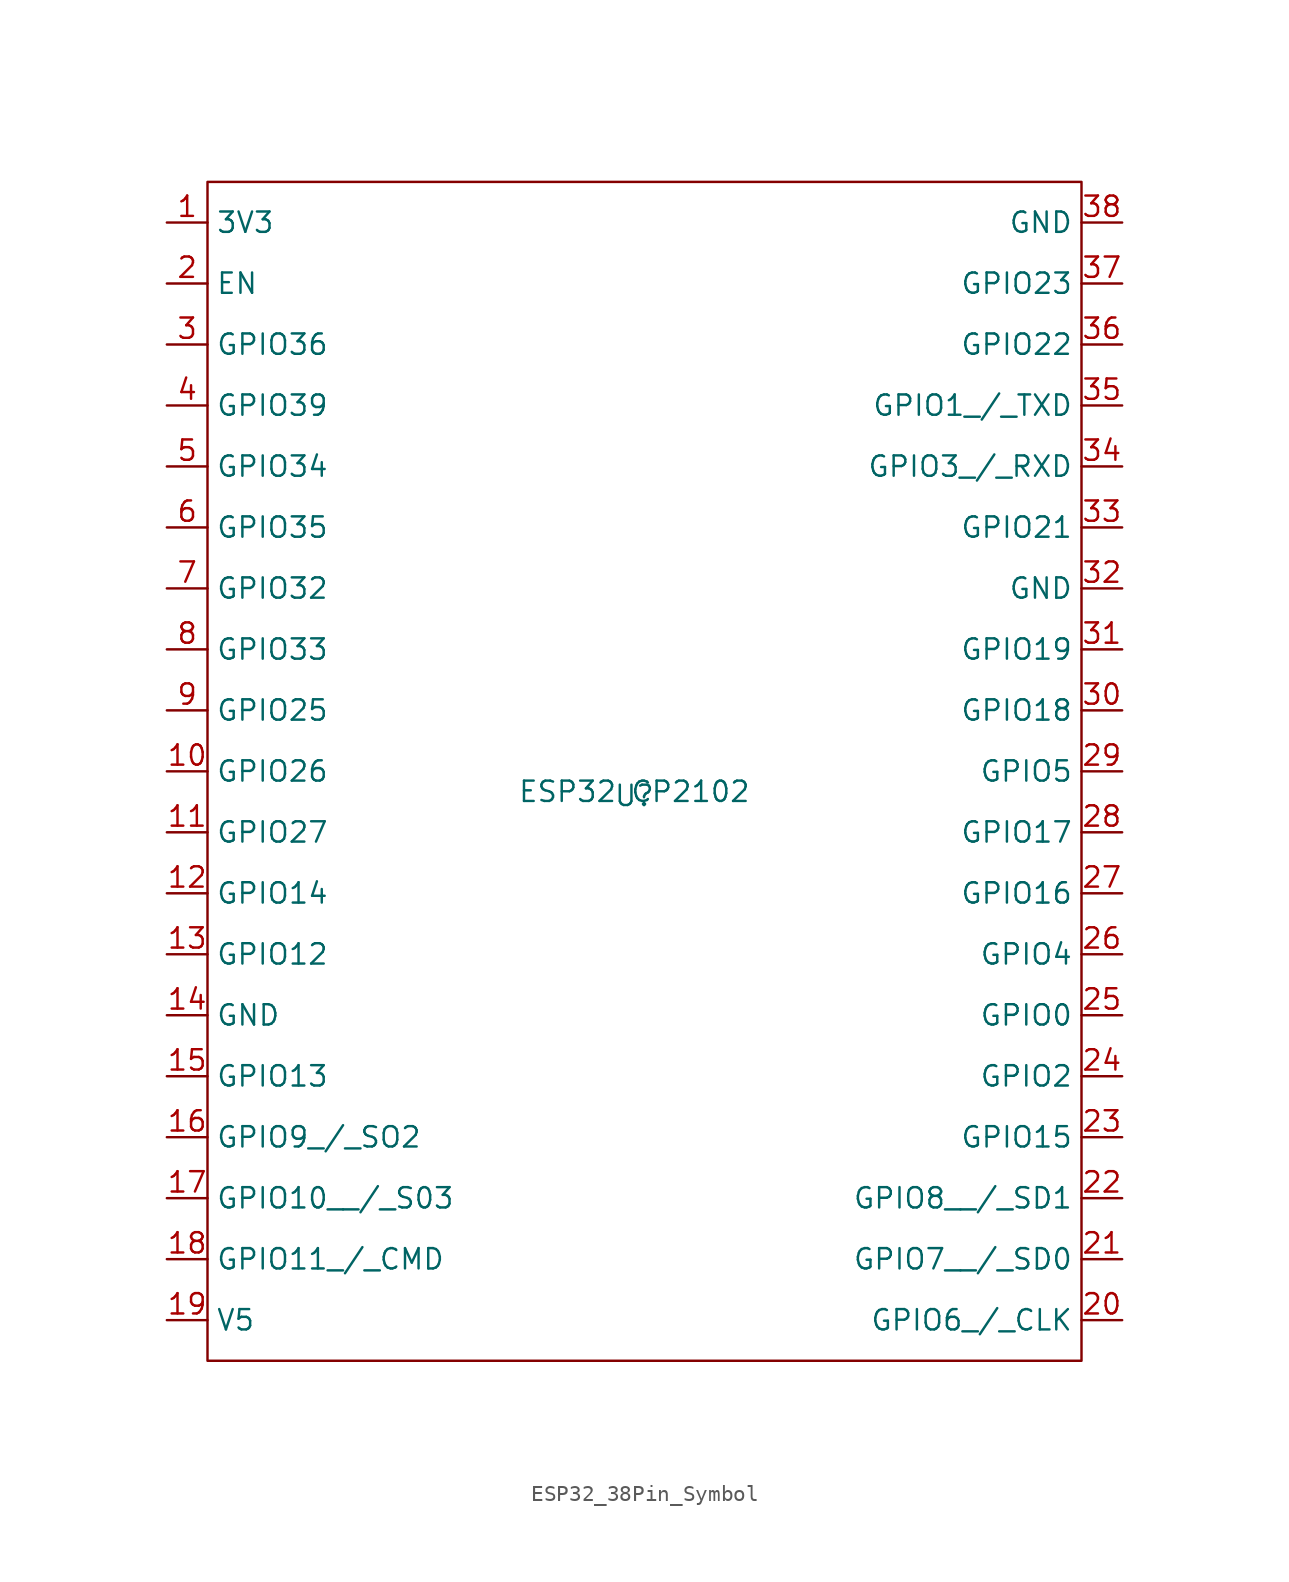
<source format=kicad_sym>
(kicad_symbol_lib
  (version 20241209)
  (generator "kicad_symbol_editor")
  (generator_version "9.0")
  (symbol "ESP32_38Pin_Symbol"
    (property "Reference" "U"
      (at 0 -0.254 0)
      (effects (font (size 1.27 1.27))))
    (property "Value" "ESP32 CP2102"
      (at 0 0 0)
      (effects (font (size 1.27 1.27))))
    (symbol "ESP32_38Pin_Symbol_0_1"
      (rectangle (start -26.67 38.1) (end 27.94 -35.56) (stroke (width 0) (type default)) (fill (type none))))
    (symbol "ESP32_38Pin_Symbol_1_1"
      (pin input line (at -29.21 35.56 0) (length 2.54) (name "3V3" (effects (font (size 1.27 1.27)))) (number "1" (effects (font (size 1.27 1.27)))))
      (pin input line (at -29.21 31.75 0) (length 2.54) (name "EN" (effects (font (size 1.27 1.27)))) (number "2" (effects (font (size 1.27 1.27)))))
      (pin input line (at -29.21 27.94 0) (length 2.54) (name "GPIO36" (effects (font (size 1.27 1.27)))) (number "3" (effects (font (size 1.27 1.27)))))
      (pin input line (at -29.21 24.13 0) (length 2.54) (name "GPIO39" (effects (font (size 1.27 1.27)))) (number "4" (effects (font (size 1.27 1.27)))))
      (pin input line (at -29.21 20.32 0) (length 2.54) (name "GPIO34" (effects (font (size 1.27 1.27)))) (number "5" (effects (font (size 1.27 1.27)))))
      (pin input line (at -29.21 16.51 0) (length 2.54) (name "GPIO35" (effects (font (size 1.27 1.27)))) (number "6" (effects (font (size 1.27 1.27)))))
      (pin input line (at -29.21 12.7 0) (length 2.54) (name "GPIO32" (effects (font (size 1.27 1.27)))) (number "7" (effects (font (size 1.27 1.27)))))
      (pin input line (at -29.21 8.89 0) (length 2.54) (name "GPIO33" (effects (font (size 1.27 1.27)))) (number "8" (effects (font (size 1.27 1.27)))))
      (pin input line (at -29.21 5.08 0) (length 2.54) (name "GPIO25" (effects (font (size 1.27 1.27)))) (number "9" (effects (font (size 1.27 1.27)))))
      (pin input line (at -29.21 1.27 0) (length 2.54) (name "GPIO26" (effects (font (size 1.27 1.27)))) (number "10" (effects (font (size 1.27 1.27)))))
      (pin input line (at -29.21 -2.54 0) (length 2.54) (name "GPIO27" (effects (font (size 1.27 1.27)))) (number "11" (effects (font (size 1.27 1.27)))))
      (pin input line (at -29.21 -6.35 0) (length 2.54) (name "GPIO14" (effects (font (size 1.27 1.27)))) (number "12" (effects (font (size 1.27 1.27)))))
      (pin input line (at -29.21 -10.16 0) (length 2.54) (name "GPIO12" (effects (font (size 1.27 1.27)))) (number "13" (effects (font (size 1.27 1.27)))))
      (pin input line (at -29.21 -13.97 0) (length 2.54) (name "GND" (effects (font (size 1.27 1.27)))) (number "14" (effects (font (size 1.27 1.27)))))
      (pin input line (at -29.21 -17.78 0) (length 2.54) (name "GPIO13" (effects (font (size 1.27 1.27)))) (number "15" (effects (font (size 1.27 1.27)))))
      (pin input line (at -29.21 -21.59 0) (length 2.54) (name "GPIO9_/_SO2" (effects (font (size 1.27 1.27)))) (number "16" (effects (font (size 1.27 1.27)))))
      (pin input line (at -29.21 -25.4 0) (length 2.54) (name "GPIO10__/_S03" (effects (font (size 1.27 1.27)))) (number "17" (effects (font (size 1.27 1.27)))))
      (pin input line (at -29.21 -29.21 0) (length 2.54) (name "GPIO11_/_CMD" (effects (font (size 1.27 1.27)))) (number "18" (effects (font (size 1.27 1.27)))))
      (pin input line (at -29.21 -33.02 0) (length 2.54) (name "V5" (effects (font (size 1.27 1.27)))) (number "19" (effects (font (size 1.27 1.27)))))
      (pin input line (at 30.48 35.56 180) (length 2.54) (name "GND" (effects (font (size 1.27 1.27)))) (number "38" (effects (font (size 1.27 1.27)))))
      (pin input line (at 30.48 31.75 180) (length 2.54) (name "GPIO23" (effects (font (size 1.27 1.27)))) (number "37" (effects (font (size 1.27 1.27)))))
      (pin input line (at 30.48 27.94 180) (length 2.54) (name "GPIO22" (effects (font (size 1.27 1.27)))) (number "36" (effects (font (size 1.27 1.27)))))
      (pin input line (at 30.48 24.13 180) (length 2.54) (name "GPIO1_/_TXD" (effects (font (size 1.27 1.27)))) (number "35" (effects (font (size 1.27 1.27)))))
      (pin input line (at 30.48 20.32 180) (length 2.54) (name "GPIO3_/_RXD" (effects (font (size 1.27 1.27)))) (number "34" (effects (font (size 1.27 1.27)))))
      (pin input line (at 30.48 16.51 180) (length 2.54) (name "GPIO21" (effects (font (size 1.27 1.27)))) (number "33" (effects (font (size 1.27 1.27)))))
      (pin input line (at 30.48 12.7 180) (length 2.54) (name "GND" (effects (font (size 1.27 1.27)))) (number "32" (effects (font (size 1.27 1.27)))))
      (pin input line (at 30.48 8.89 180) (length 2.54) (name "GPIO19" (effects (font (size 1.27 1.27)))) (number "31" (effects (font (size 1.27 1.27)))))
      (pin input line (at 30.48 5.08 180) (length 2.54) (name "GPIO18" (effects (font (size 1.27 1.27)))) (number "30" (effects (font (size 1.27 1.27)))))
      (pin input line (at 30.48 1.27 180) (length 2.54) (name "GPIO5" (effects (font (size 1.27 1.27)))) (number "29" (effects (font (size 1.27 1.27)))))
      (pin input line (at 30.48 -2.54 180) (length 2.54) (name "GPIO17" (effects (font (size 1.27 1.27)))) (number "28" (effects (font (size 1.27 1.27)))))
      (pin input line (at 30.48 -6.35 180) (length 2.54) (name "GPIO16" (effects (font (size 1.27 1.27)))) (number "27" (effects (font (size 1.27 1.27)))))
      (pin input line (at 30.48 -10.16 180) (length 2.54) (name "GPIO4" (effects (font (size 1.27 1.27)))) (number "26" (effects (font (size 1.27 1.27)))))
      (pin input line (at 30.48 -13.97 180) (length 2.54) (name "GPIO0" (effects (font (size 1.27 1.27)))) (number "25" (effects (font (size 1.27 1.27)))))
      (pin input line (at 30.48 -17.78 180) (length 2.54) (name "GPIO2" (effects (font (size 1.27 1.27)))) (number "24" (effects (font (size 1.27 1.27)))))
      (pin input line (at 30.48 -21.59 180) (length 2.54) (name "GPIO15" (effects (font (size 1.27 1.27)))) (number "23" (effects (font (size 1.27 1.27)))))
      (pin input line (at 30.48 -25.4 180) (length 2.54) (name "GPIO8__/_SD1" (effects (font (size 1.27 1.27)))) (number "22" (effects (font (size 1.27 1.27)))))
      (pin input line (at 30.48 -29.21 180) (length 2.54) (name "GPIO7__/_SD0" (effects (font (size 1.27 1.27)))) (number "21" (effects (font (size 1.27 1.27)))))
      (pin input line (at 30.48 -33.02 180) (length 2.54) (name "GPIO6_/_CLK" (effects (font (size 1.27 1.27)))) (number "20" (effects (font (size 1.27 1.27))))))))
</source>
